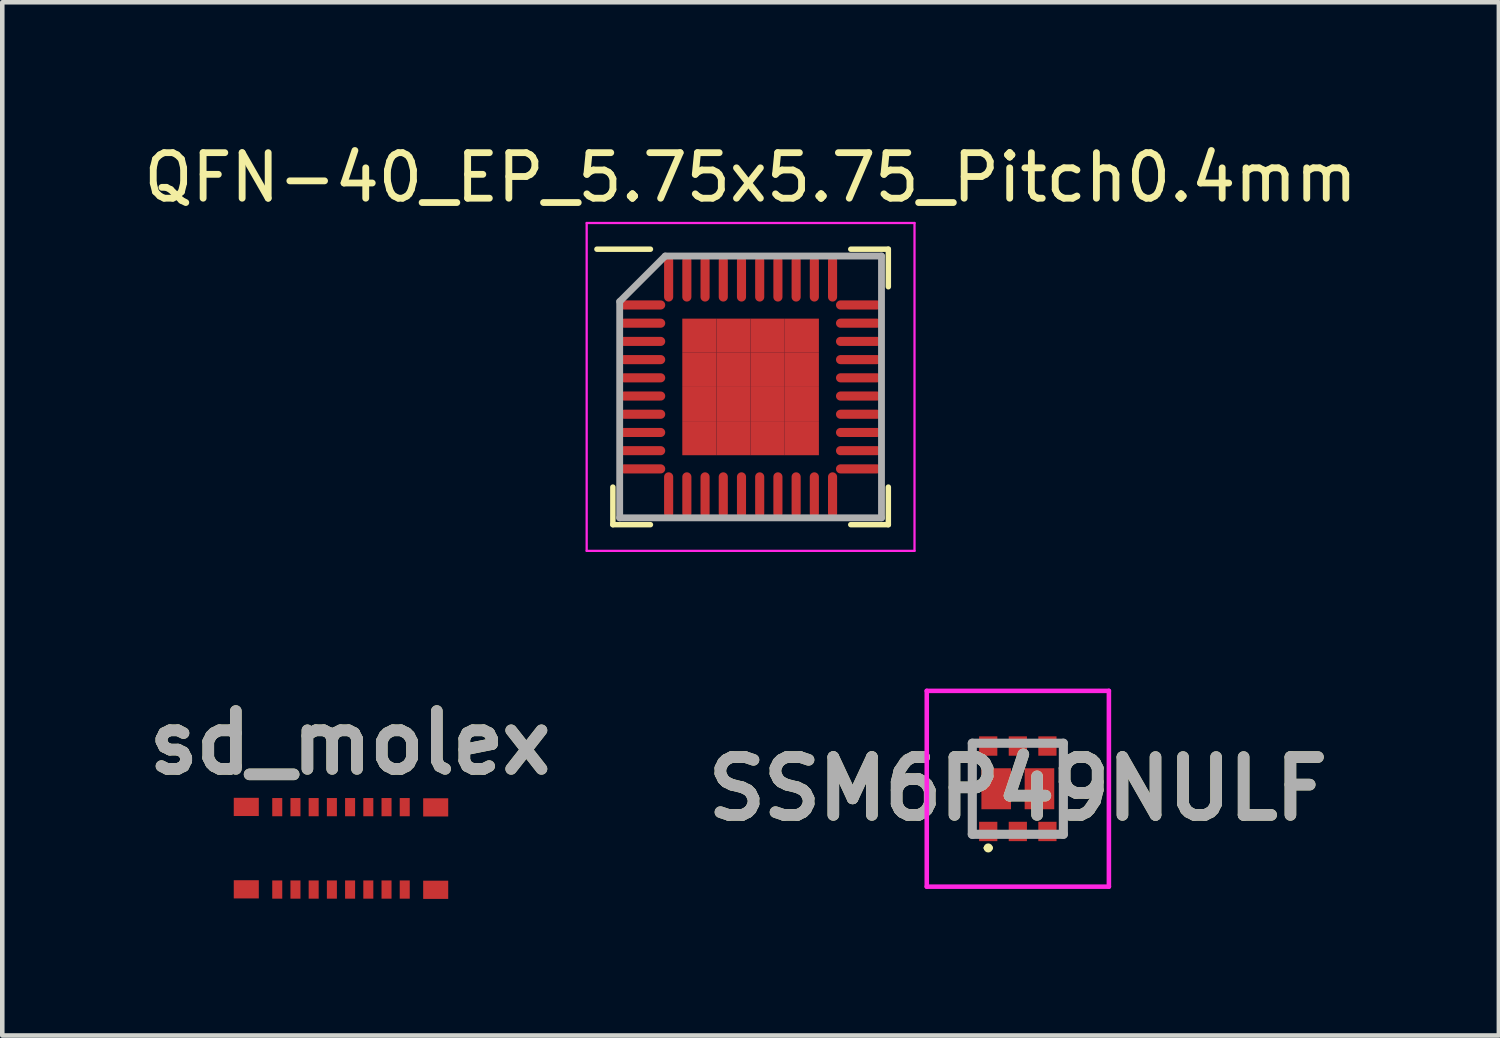
<source format=kicad_pcb>
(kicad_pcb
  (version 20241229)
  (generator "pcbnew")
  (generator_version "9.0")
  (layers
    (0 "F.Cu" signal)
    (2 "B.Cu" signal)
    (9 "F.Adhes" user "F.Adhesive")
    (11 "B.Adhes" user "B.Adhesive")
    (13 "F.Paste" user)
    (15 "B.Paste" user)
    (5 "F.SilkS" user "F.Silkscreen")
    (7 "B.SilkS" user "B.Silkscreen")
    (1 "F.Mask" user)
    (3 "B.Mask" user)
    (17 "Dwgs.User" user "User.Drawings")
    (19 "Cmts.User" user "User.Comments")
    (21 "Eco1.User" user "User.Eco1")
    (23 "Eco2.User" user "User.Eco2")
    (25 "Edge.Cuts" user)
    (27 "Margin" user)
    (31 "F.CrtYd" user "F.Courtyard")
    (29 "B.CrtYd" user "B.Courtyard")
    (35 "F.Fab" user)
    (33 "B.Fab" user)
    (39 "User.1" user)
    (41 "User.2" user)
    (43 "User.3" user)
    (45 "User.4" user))
  (footprint "QFN-40_EP_5.75x5.75_Pitch0.4mm"
    (layer "F.Cu")
    (at 13.435 5.448)
    (property "Reference" "QFN-40_EP_5.75x5.75_Pitch0.4mm" (at 0 -4.6 0) (layer "F.SilkS") (effects (font (size 1 1) (thickness 0.15))))
    (attr smd)
    (fp_line (start -3.025 3.025) (end -3.025 2.2) (stroke (width 0.12) (type solid)) (layer "F.SilkS"))
    (fp_line (start -2.2 -3.025) (end -3.375 -3.025) (stroke (width 0.12) (type solid)) (layer "F.SilkS"))
    (fp_line (start -2.2 3.025) (end -3.025 3.025) (stroke (width 0.12) (type solid)) (layer "F.SilkS"))
    (fp_line (start 2.2 -3.025) (end 3.025 -3.025) (stroke (width 0.12) (type solid)) (layer "F.SilkS"))
    (fp_line (start 2.2 3.025) (end 3.025 3.025) (stroke (width 0.12) (type solid)) (layer "F.SilkS"))
    (fp_line (start 3.025 -3.025) (end 3.025 -2.2) (stroke (width 0.12) (type solid)) (layer "F.SilkS"))
    (fp_line (start 3.025 3.025) (end 3.025 2.2) (stroke (width 0.12) (type solid)) (layer "F.SilkS"))
    (fp_line (start -3.6 -3.6) (end 3.6 -3.6) (stroke (width 0.05) (type solid)) (layer "F.CrtYd"))
    (fp_line (start -3.6 3.6) (end -3.6 -3.6) (stroke (width 0.05) (type solid)) (layer "F.CrtYd"))
    (fp_line (start 3.6 -3.6) (end 3.6 3.6) (stroke (width 0.05) (type solid)) (layer "F.CrtYd"))
    (fp_line (start 3.6 3.6) (end -3.6 3.6) (stroke (width 0.05) (type solid)) (layer "F.CrtYd"))
    (fp_line (start -2.875 -1.875) (end -2.875 2.875) (stroke (width 0.15) (type solid)) (layer "F.Fab"))
    (fp_line (start -2.875 2.875) (end 2.875 2.875) (stroke (width 0.15) (type solid)) (layer "F.Fab"))
    (fp_line (start -1.875 -2.875) (end -2.875 -1.875) (stroke (width 0.15) (type solid)) (layer "F.Fab"))
    (fp_line (start 2.875 -2.875) (end -1.875 -2.875) (stroke (width 0.15) (type solid)) (layer "F.Fab"))
    (fp_line (start 2.875 2.875) (end 2.875 -2.875) (stroke (width 0.15) (type solid)) (layer "F.Fab"))
    (pad "1" smd oval (at -2.375 -1.8 90) (size 0.2 1) (layers "F.Cu" "F.Mask" "F.Paste"))
    (pad "2" smd oval (at -2.375 -1.4 90) (size 0.2 1) (layers "F.Cu" "F.Mask" "F.Paste"))
    (pad "3" smd oval (at -2.375 -1 90) (size 0.2 1) (layers "F.Cu" "F.Mask" "F.Paste"))
    (pad "4" smd oval (at -2.375 -0.6 90) (size 0.2 1) (layers "F.Cu" "F.Mask" "F.Paste"))
    (pad "5" smd oval (at -2.375 -0.2 90) (size 0.2 1) (layers "F.Cu" "F.Mask" "F.Paste"))
    (pad "6" smd oval (at -2.375 0.2 90) (size 0.2 1) (layers "F.Cu" "F.Mask" "F.Paste"))
    (pad "7" smd oval (at -2.375 0.6 90) (size 0.2 1) (layers "F.Cu" "F.Mask" "F.Paste"))
    (pad "8" smd oval (at -2.375 1 90) (size 0.2 1) (layers "F.Cu" "F.Mask" "F.Paste"))
    (pad "9" smd oval (at -2.375 1.4 90) (size 0.2 1) (layers "F.Cu" "F.Mask" "F.Paste"))
    (pad "10" smd oval (at -2.375 1.8 90) (size 0.2 1) (layers "F.Cu" "F.Mask" "F.Paste"))
    (pad "11" smd oval (at -1.8 2.375) (size 0.2 1) (layers "F.Cu" "F.Mask" "F.Paste"))
    (pad "12" smd oval (at -1.4 2.375) (size 0.2 1) (layers "F.Cu" "F.Mask" "F.Paste"))
    (pad "13" smd oval (at -1 2.375) (size 0.2 1) (layers "F.Cu" "F.Mask" "F.Paste"))
    (pad "14" smd oval (at -0.6 2.375) (size 0.2 1) (layers "F.Cu" "F.Mask" "F.Paste"))
    (pad "15" smd oval (at -0.2 2.375) (size 0.2 1) (layers "F.Cu" "F.Mask" "F.Paste"))
    (pad "16" smd oval (at 0.2 2.375) (size 0.2 1) (layers "F.Cu" "F.Mask" "F.Paste"))
    (pad "17" smd oval (at 0.6 2.375) (size 0.2 1) (layers "F.Cu" "F.Mask" "F.Paste"))
    (pad "18" smd oval (at 1 2.375) (size 0.2 1) (layers "F.Cu" "F.Mask" "F.Paste"))
    (pad "19" smd oval (at 1.4 2.375) (size 0.2 1) (layers "F.Cu" "F.Mask" "F.Paste"))
    (pad "20" smd oval (at 1.8 2.375) (size 0.2 1) (layers "F.Cu" "F.Mask" "F.Paste"))
    (pad "21" smd oval (at 2.375 1.8 90) (size 0.2 1) (layers "F.Cu" "F.Mask" "F.Paste"))
    (pad "22" smd oval (at 2.375 1.4 90) (size 0.2 1) (layers "F.Cu" "F.Mask" "F.Paste"))
    (pad "23" smd oval (at 2.375 1 90) (size 0.2 1) (layers "F.Cu" "F.Mask" "F.Paste"))
    (pad "24" smd oval (at 2.375 0.6 90) (size 0.2 1) (layers "F.Cu" "F.Mask" "F.Paste"))
    (pad "25" smd oval (at 2.375 0.2 90) (size 0.2 1) (layers "F.Cu" "F.Mask" "F.Paste"))
    (pad "26" smd oval (at 2.375 -0.2 90) (size 0.2 1) (layers "F.Cu" "F.Mask" "F.Paste"))
    (pad "27" smd oval (at 2.375 -0.6 90) (size 0.2 1) (layers "F.Cu" "F.Mask" "F.Paste"))
    (pad "28" smd oval (at 2.375 -1 90) (size 0.2 1) (layers "F.Cu" "F.Mask" "F.Paste"))
    (pad "29" smd oval (at 2.375 -1.4 90) (size 0.2 1) (layers "F.Cu" "F.Mask" "F.Paste"))
    (pad "30" smd oval (at 2.375 -1.8 90) (size 0.2 1) (layers "F.Cu" "F.Mask" "F.Paste"))
    (pad "31" smd oval (at 1.8 -2.375) (size 0.2 1) (layers "F.Cu" "F.Mask" "F.Paste"))
    (pad "32" smd oval (at 1.4 -2.375) (size 0.2 1) (layers "F.Cu" "F.Mask" "F.Paste"))
    (pad "33" smd oval (at 1 -2.375) (size 0.2 1) (layers "F.Cu" "F.Mask" "F.Paste"))
    (pad "34" smd oval (at 0.6 -2.375) (size 0.2 1) (layers "F.Cu" "F.Mask" "F.Paste"))
    (pad "35" smd oval (at 0.2 -2.375) (size 0.2 1) (layers "F.Cu" "F.Mask" "F.Paste"))
    (pad "36" smd oval (at -0.2 -2.375) (size 0.2 1) (layers "F.Cu" "F.Mask" "F.Paste"))
    (pad "37" smd oval (at -0.6 -2.375) (size 0.2 1) (layers "F.Cu" "F.Mask" "F.Paste"))
    (pad "38" smd oval (at -1 -2.375) (size 0.2 1) (layers "F.Cu" "F.Mask" "F.Paste"))
    (pad "39" smd oval (at -1.4 -2.375) (size 0.2 1) (layers "F.Cu" "F.Mask" "F.Paste"))
    (pad "40" smd oval (at -1.8 -2.375) (size 0.2 1) (layers "F.Cu" "F.Mask" "F.Paste"))
    (pad "41" smd rect (at -1.125 -1.125) (size 0.75 0.75) (layers "F.Cu" "F.Mask" "F.Paste"))
    (pad "41" smd rect (at -1.125 -0.375) (size 0.75 0.75) (layers "F.Cu" "F.Mask" "F.Paste"))
    (pad "41" smd rect (at -1.125 0.375) (size 0.75 0.75) (layers "F.Cu" "F.Mask" "F.Paste"))
    (pad "41" smd rect (at -1.125 1.125) (size 0.75 0.75) (layers "F.Cu" "F.Mask" "F.Paste"))
    (pad "41" smd rect (at -0.375 -1.125) (size 0.75 0.75) (layers "F.Cu" "F.Mask" "F.Paste"))
    (pad "41" smd rect (at -0.375 -0.375) (size 0.75 0.75) (layers "F.Cu" "F.Mask" "F.Paste"))
    (pad "41" smd rect (at -0.375 0.375) (size 0.75 0.75) (layers "F.Cu" "F.Mask" "F.Paste"))
    (pad "41" smd rect (at -0.375 1.125) (size 0.75 0.75) (layers "F.Cu" "F.Mask" "F.Paste"))
    (pad "41" smd rect (at 0.375 -1.125) (size 0.75 0.75) (layers "F.Cu" "F.Mask" "F.Paste"))
    (pad "41" smd rect (at 0.375 -0.375) (size 0.75 0.75) (layers "F.Cu" "F.Mask" "F.Paste"))
    (pad "41" smd rect (at 0.375 0.375) (size 0.75 0.75) (layers "F.Cu" "F.Mask" "F.Paste"))
    (pad "41" smd rect (at 0.375 1.125) (size 0.75 0.75) (layers "F.Cu" "F.Mask" "F.Paste"))
    (pad "41" smd rect (at 1.125 -1.125) (size 0.75 0.75) (layers "F.Cu" "F.Mask" "F.Paste"))
    (pad "41" smd rect (at 1.125 -0.375) (size 0.75 0.75) (layers "F.Cu" "F.Mask" "F.Paste"))
    (pad "41" smd rect (at 1.125 0.375) (size 0.75 0.75) (layers "F.Cu" "F.Mask" "F.Paste"))
    (pad "41" smd rect (at 1.125 1.125) (size 0.75 0.75) (layers "F.Cu" "F.Mask" "F.Paste")))
  (footprint "sd_molex"
    (layer "F.Cu")
    (at 4.639 15.632)
    (property "Reference" "sd_molex" (at 0 -2.37 0) (layer "F.SilkS") (effects (font (size 1.27 1.27) (thickness 0.254))))
    (attr smd)
    (fp_text user "${REFERENCE}" (at 0 -2.37 0) (layer "F.Fab") (effects (font (size 1.27 1.27) (thickness 0.254))))
    (pad "1" smd rect (at -1.6 0.855) (size 0.22 0.4) (layers "F.Cu" "F.Mask" "F.Paste"))
    (pad "2" smd rect (at -1.6 -0.955) (size 0.22 0.4) (layers "F.Cu" "F.Mask" "F.Paste"))
    (pad "3" smd rect (at -1.2 0.855) (size 0.22 0.4) (layers "F.Cu" "F.Mask" "F.Paste"))
    (pad "4" smd rect (at -1.2 -0.955) (size 0.22 0.4) (layers "F.Cu" "F.Mask" "F.Paste"))
    (pad "5" smd rect (at -0.8 0.855) (size 0.22 0.4) (layers "F.Cu" "F.Mask" "F.Paste"))
    (pad "6" smd rect (at -0.8 -0.955) (size 0.22 0.4) (layers "F.Cu" "F.Mask" "F.Paste"))
    (pad "7" smd rect (at -0.4 0.855) (size 0.22 0.4) (layers "F.Cu" "F.Mask" "F.Paste"))
    (pad "8" smd rect (at -0.4 -0.955) (size 0.22 0.4) (layers "F.Cu" "F.Mask" "F.Paste"))
    (pad "9" smd rect (at 0 0.855) (size 0.22 0.4) (layers "F.Cu" "F.Mask" "F.Paste"))
    (pad "10" smd rect (at 0 -0.955) (size 0.22 0.4) (layers "F.Cu" "F.Mask" "F.Paste"))
    (pad "11" smd rect (at 0.4 0.855) (size 0.22 0.4) (layers "F.Cu" "F.Mask" "F.Paste"))
    (pad "12" smd rect (at 0.4 -0.955) (size 0.22 0.4) (layers "F.Cu" "F.Mask" "F.Paste"))
    (pad "13" smd rect (at 0.8 0.855) (size 0.22 0.4) (layers "F.Cu" "F.Mask" "F.Paste"))
    (pad "14" smd rect (at 0.8 -0.955) (size 0.22 0.4) (layers "F.Cu" "F.Mask" "F.Paste"))
    (pad "15" smd rect (at 1.2 0.855) (size 0.22 0.4) (layers "F.Cu" "F.Mask" "F.Paste"))
    (pad "16" smd rect (at 1.2 -0.955) (size 0.22 0.4) (layers "F.Cu" "F.Mask" "F.Paste"))
    (pad "MP1" smd rect (at -2.28 -0.96) (size 0.55 0.4) (layers "F.Cu" "F.Mask" "F.Paste"))
    (pad "MP2" smd rect (at -2.28 0.85) (size 0.55 0.4) (layers "F.Cu" "F.Mask" "F.Paste"))
    (pad "MP2" smd rect (at 1.88 -0.95) (size 0.55 0.4) (layers "F.Cu" "F.Mask" "F.Paste"))
    (pad "MP3" smd rect (at 1.88 0.86) (size 0.55 0.4) (layers "F.Cu" "F.Mask" "F.Paste")))
  (footprint "SSM6P49NULF"
    (layer "F.Cu")
    (at 19.304 14.273)
    (property "Reference" "SSM6P49NULF" (at 0 0 0) (layer "F.SilkS") (effects (font (size 1.27 1.27) (thickness 0.254))))
    (attr smd)
    (fp_line (start -1 -1) (end -1 0.938) (stroke (width 0.1) (type solid)) (layer "F.SilkS"))
    (fp_line (start -1 0.938) (end -1 0.938) (stroke (width 0.1) (type solid)) (layer "F.SilkS"))
    (fp_line (start -1 0.938) (end -1 1) (stroke (width 0.1) (type solid)) (layer "F.SilkS"))
    (fp_line (start -0.7 1.3) (end -0.7 1.3) (stroke (width 0.1) (type solid)) (layer "F.SilkS"))
    (fp_line (start -0.6 1.3) (end -0.6 1.3) (stroke (width 0.1) (type solid)) (layer "F.SilkS"))
    (fp_line (start 1 -1) (end 1 0.938) (stroke (width 0.1) (type solid)) (layer "F.SilkS"))
    (fp_arc (start -0.7 1.3) (mid -0.65 1.25) (end -0.6 1.3) (stroke (width 0.1) (type solid)) (layer "F.SilkS"))
    (fp_arc (start -0.6 1.3) (mid -0.65 1.35) (end -0.7 1.3) (stroke (width 0.1) (type solid)) (layer "F.SilkS"))
    (fp_line (start -2 -2.15) (end 2 -2.15) (stroke (width 0.1) (type solid)) (layer "F.CrtYd"))
    (fp_line (start -2 2.15) (end -2 -2.15) (stroke (width 0.1) (type solid)) (layer "F.CrtYd"))
    (fp_line (start 2 -2.15) (end 2 2.15) (stroke (width 0.1) (type solid)) (layer "F.CrtYd"))
    (fp_line (start 2 2.15) (end -2 2.15) (stroke (width 0.1) (type solid)) (layer "F.CrtYd"))
    (fp_line (start -1 -1) (end 1 -1) (stroke (width 0.2) (type solid)) (layer "F.Fab"))
    (fp_line (start -1 1) (end -1 -1) (stroke (width 0.2) (type solid)) (layer "F.Fab"))
    (fp_line (start 1 -1) (end 1 1) (stroke (width 0.2) (type solid)) (layer "F.Fab"))
    (fp_line (start 1 1) (end -1 1) (stroke (width 0.2) (type solid)) (layer "F.Fab"))
    (fp_text user "${REFERENCE}" (at 0 0 0) (layer "F.Fab") (effects (font (size 1.27 1.27) (thickness 0.254))))
    (pad "1" smd rect (at -0.65 0.938) (size 0.4 0.425) (layers "F.Cu" "F.Mask" "F.Paste"))
    (pad "2" smd rect (at 0 0.938) (size 0.4 0.425) (layers "F.Cu" "F.Mask" "F.Paste"))
    (pad "3" smd rect (at 0.65 0.938) (size 0.4 0.425) (layers "F.Cu" "F.Mask" "F.Paste"))
    (pad "4" smd rect (at 0.65 -0.938) (size 0.4 0.425) (layers "F.Cu" "F.Mask" "F.Paste"))
    (pad "5" smd rect (at 0 -0.938) (size 0.4 0.425) (layers "F.Cu" "F.Mask" "F.Paste"))
    (pad "6" smd rect (at -0.65 -0.938) (size 0.4 0.425) (layers "F.Cu" "F.Mask" "F.Paste"))
    (pad "7" smd rect (at -0.475 0) (size 0.65 0.9) (layers "F.Cu" "F.Mask" "F.Paste"))
    (pad "8" smd rect (at 0.475 0) (size 0.65 0.9) (layers "F.Cu" "F.Mask" "F.Paste")))
  (gr_rect
    (start -3 -3)
    (end 29.869 19.692)
    (stroke (width 0.1) (type default))
    (fill no)
    (layer "Edge.Cuts")))
</source>
